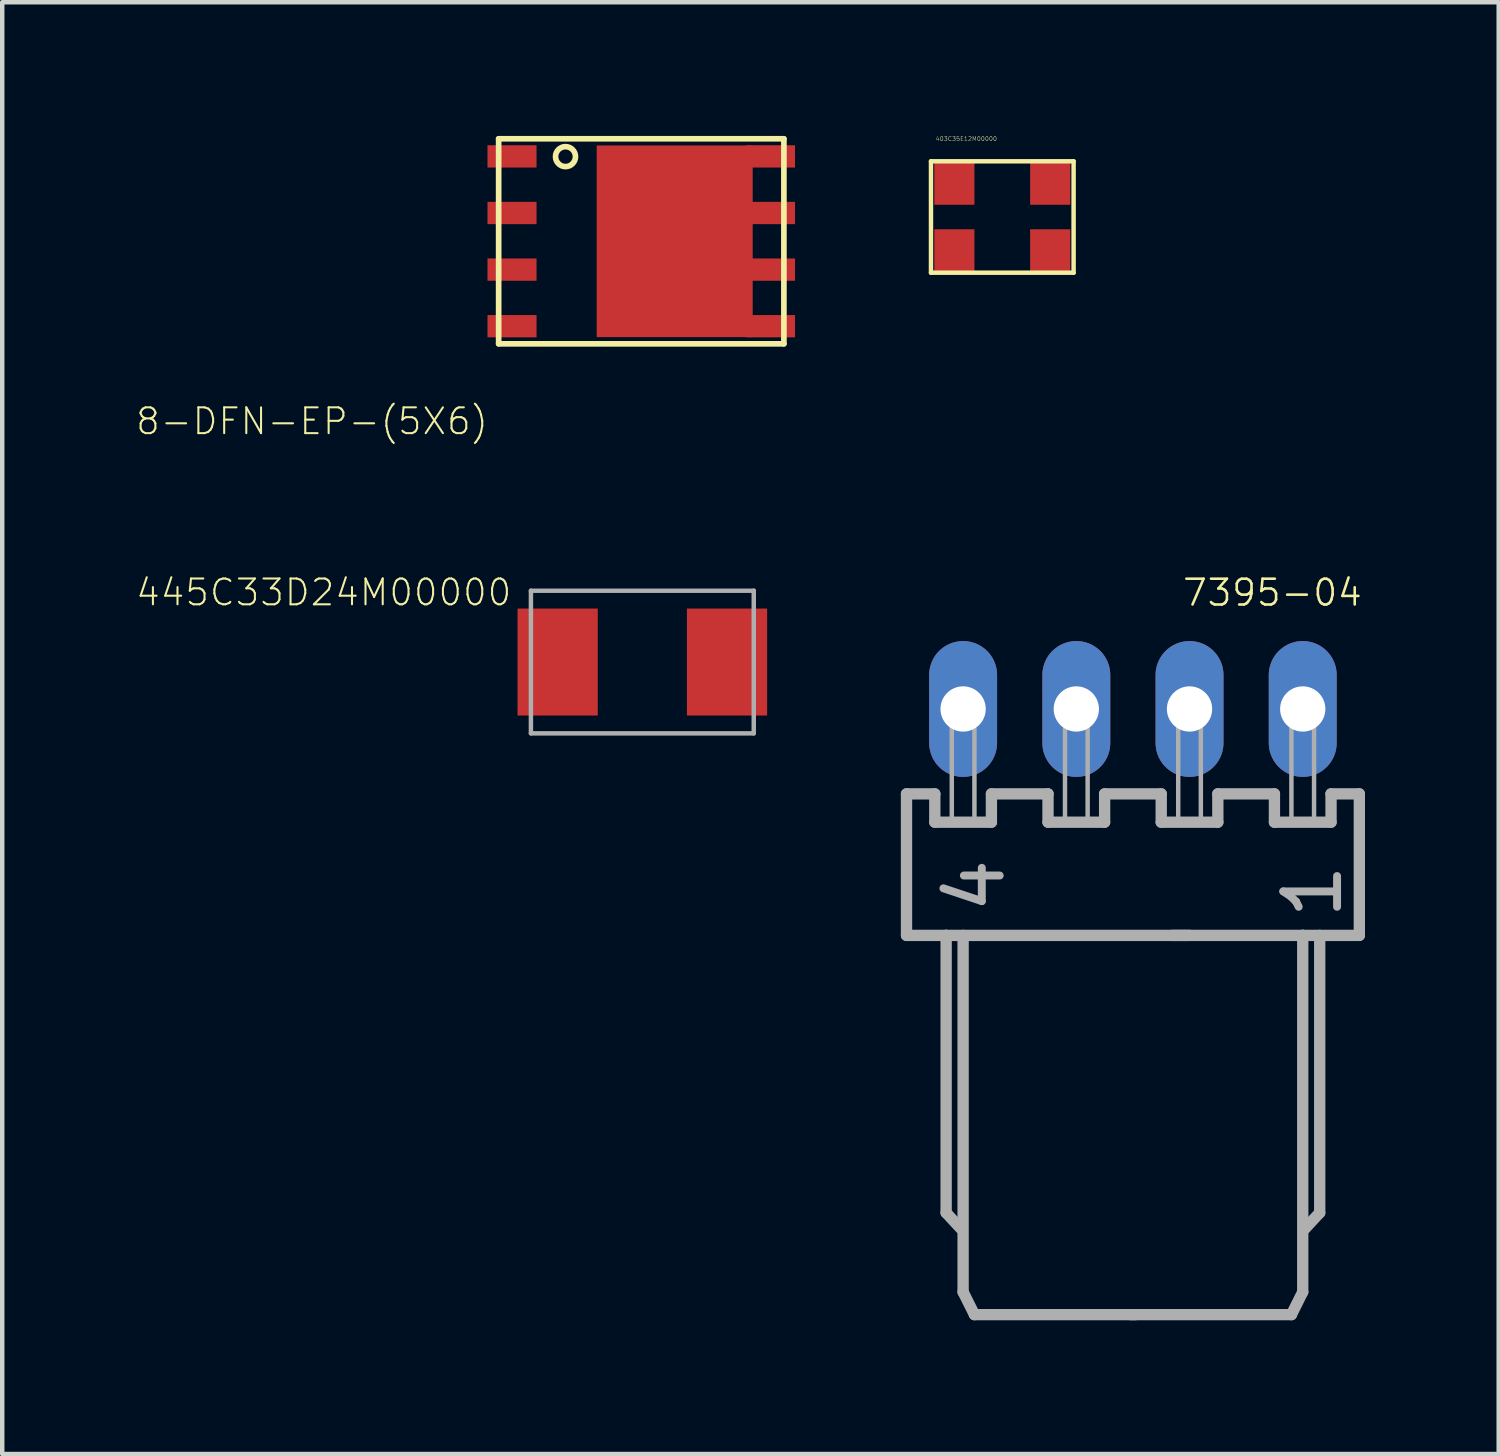
<source format=kicad_pcb>
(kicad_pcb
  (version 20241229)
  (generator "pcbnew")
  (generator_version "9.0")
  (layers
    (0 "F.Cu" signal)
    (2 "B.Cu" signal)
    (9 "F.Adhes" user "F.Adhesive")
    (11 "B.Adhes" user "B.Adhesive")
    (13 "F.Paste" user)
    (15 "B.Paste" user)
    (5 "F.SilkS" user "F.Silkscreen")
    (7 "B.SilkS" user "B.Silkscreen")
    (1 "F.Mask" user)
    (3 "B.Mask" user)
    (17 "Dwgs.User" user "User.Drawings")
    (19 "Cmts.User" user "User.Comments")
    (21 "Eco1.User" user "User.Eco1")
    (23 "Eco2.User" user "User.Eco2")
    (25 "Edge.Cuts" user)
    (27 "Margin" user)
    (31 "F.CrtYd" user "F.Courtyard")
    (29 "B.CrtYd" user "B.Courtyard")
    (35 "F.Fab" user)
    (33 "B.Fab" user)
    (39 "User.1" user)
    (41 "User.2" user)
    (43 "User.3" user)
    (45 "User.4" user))
  (footprint "8-DFN-EP-(5X6)"
    (layer "F.Cu")
    (at 11.338 2.364)
    (property "Reference" "8-DFN-EP-(5X6)" (at -3.4 3.7 180) (layer "F.SilkS") (effects (font (size 0.579 0.579) (thickness 0.046)) (justify right top)))
    (attr through_hole)
    (fp_line (start -3.2 -2.3) (end -3.2 2.3) (stroke (width 0.127) (type solid)) (layer "F.SilkS"))
    (fp_line (start -3.2 2.3) (end 3.2 2.3) (stroke (width 0.127) (type solid)) (layer "F.SilkS"))
    (fp_line (start 3.2 -2.3) (end -3.2 -2.3) (stroke (width 0.127) (type solid)) (layer "F.SilkS"))
    (fp_line (start 3.2 2.3) (end 3.2 -2.3) (stroke (width 0.127) (type solid)) (layer "F.SilkS"))
    (fp_circle (center -1.7 -1.9) (end -1.476 -1.9) (stroke (width 0.127) (type solid)) (fill no) (layer "F.SilkS"))
    (pad "1" smd rect (at -2.9 -1.905 90) (size 0.5 1.1) (layers "F.Cu" "F.Mask" "F.Paste"))
    (pad "2" smd rect (at -2.9 -0.635 90) (size 0.5 1.1) (layers "F.Cu" "F.Mask" "F.Paste"))
    (pad "3" smd rect (at -2.9 0.635 90) (size 0.5 1.1) (layers "F.Cu" "F.Mask" "F.Paste"))
    (pad "4" smd rect (at -2.9 1.905 90) (size 0.5 1.1) (layers "F.Cu" "F.Mask" "F.Paste"))
    (pad "5" smd rect (at 2.9 1.905 90) (size 0.5 1.1) (layers "F.Cu" "F.Mask" "F.Paste"))
    (pad "6" smd rect (at 2.9 0.635 90) (size 0.5 1.1) (layers "F.Cu" "F.Mask" "F.Paste"))
    (pad "7" smd rect (at 2.9 -0.635 90) (size 0.5 1.1) (layers "F.Cu" "F.Mask" "F.Paste"))
    (pad "8" smd rect (at 2.9 -1.905 90) (size 0.5 1.1) (layers "F.Cu" "F.Mask" "F.Paste"))
    (pad "TH" smd rect (at 0.75 0) (size 3.5 4.3) (layers "F.Cu" "F.Mask" "F.Paste")))
  (footprint "445C33D24M00000"
    (layer "F.Cu")
    (at 11.362 11.804)
    (property "Reference" "445C33D24M00000" (at -2.9 -1.9 180) (layer "F.SilkS") (effects (font (size 0.579 0.579) (thickness 0.046)) (justify right top)))
    (attr through_hole)
    (fp_line (start -2.5 -1.6) (end 2.5 -1.6) (stroke (width 0.1) (type solid)) (layer "F.Fab"))
    (fp_line (start -2.5 1.6) (end -2.5 -1.6) (stroke (width 0.1) (type solid)) (layer "F.Fab"))
    (fp_line (start 2.5 -1.6) (end 2.5 1.6) (stroke (width 0.1) (type solid)) (layer "F.Fab"))
    (fp_line (start 2.5 1.6) (end -2.5 1.6) (stroke (width 0.1) (type solid)) (layer "F.Fab"))
    (pad "P$1" smd rect (at -1.9 0) (size 1.8 2.4) (layers "F.Cu" "F.Mask" "F.Paste"))
    (pad "P$2" smd rect (at 1.9 0) (size 1.8 2.4) (layers "F.Cu" "F.Mask" "F.Paste")))
  (footprint "403C35E12M00000"
    (layer "F.Cu")
    (at 19.438 1.819)
    (property "Reference" "403C35E12M00000" (at -1.5 -1.7 0) (layer "F.SilkS") (effects (font (size 0.095 0.095) (thickness 0.008)) (justify left bottom)))
    (attr through_hole)
    (fp_line (start -1.6 -1.25) (end 1.6 -1.25) (stroke (width 0.1) (type solid)) (layer "F.SilkS"))
    (fp_line (start -1.6 1.25) (end -1.6 -1.25) (stroke (width 0.1) (type solid)) (layer "F.SilkS"))
    (fp_line (start 1.6 -1.25) (end 1.6 1.25) (stroke (width 0.1) (type solid)) (layer "F.SilkS"))
    (fp_line (start 1.6 1.25) (end -1.6 1.25) (stroke (width 0.1) (type solid)) (layer "F.SilkS"))
    (pad "P$1" smd rect (at -1.075 0.775) (size 0.9 1) (layers "F.Cu" "F.Mask" "F.Paste"))
    (pad "P$2" smd rect (at 1.075 0.775) (size 0.9 1) (layers "F.Cu" "F.Mask" "F.Paste"))
    (pad "P$3" smd rect (at 1.075 -0.775) (size 0.9 1) (layers "F.Cu" "F.Mask" "F.Paste"))
    (pad "P$4" smd rect (at -1.075 -0.775) (size 0.9 1) (layers "F.Cu" "F.Mask" "F.Paste")))
  (footprint "7395-04"
    (layer "F.Cu")
    (at 22.369 12.857)
    (property "Reference" "7395-04" (at 5.18 -2.948 0) (layer "F.SilkS") (effects (font (size 0.579 0.579) (thickness 0.058)) (justify right top)))
    (attr through_hole)
    (fp_line (start -5.08 1.905) (end -5.08 5.08) (stroke (width 0.254) (type solid)) (layer "F.Fab"))
    (fp_line (start -5.08 5.08) (end -4.191 5.08) (stroke (width 0.254) (type solid)) (layer "F.Fab"))
    (fp_line (start -4.445 1.905) (end -5.08 1.905) (stroke (width 0.254) (type solid)) (layer "F.Fab"))
    (fp_line (start -4.445 2.54) (end -4.445 1.905) (stroke (width 0.254) (type solid)) (layer "F.Fab"))
    (fp_line (start -4.191 5.08) (end -4.191 11.303) (stroke (width 0.254) (type solid)) (layer "F.Fab"))
    (fp_line (start -4.191 5.08) (end 3.81 5.08) (stroke (width 0.254) (type solid)) (layer "F.Fab"))
    (fp_line (start -4.191 11.303) (end -3.861 11.659) (stroke (width 0.254) (type solid)) (layer "F.Fab"))
    (fp_line (start -3.81 5.08) (end -3.81 13.081) (stroke (width 0.254) (type solid)) (layer "F.Fab"))
    (fp_line (start -3.81 13.081) (end -3.556 13.589) (stroke (width 0.254) (type solid)) (layer "F.Fab"))
    (fp_line (start -3.556 13.589) (end 0.051 13.589) (stroke (width 0.254) (type solid)) (layer "F.Fab"))
    (fp_line (start -3.175 1.905) (end -3.175 2.54) (stroke (width 0.254) (type solid)) (layer "F.Fab"))
    (fp_line (start -3.175 2.54) (end -4.445 2.54) (stroke (width 0.254) (type solid)) (layer "F.Fab"))
    (fp_line (start -1.905 1.905) (end -3.175 1.905) (stroke (width 0.254) (type solid)) (layer "F.Fab"))
    (fp_line (start -1.905 2.54) (end -1.905 1.905) (stroke (width 0.254) (type solid)) (layer "F.Fab"))
    (fp_line (start -0.635 1.905) (end -0.635 2.54) (stroke (width 0.254) (type solid)) (layer "F.Fab"))
    (fp_line (start -0.635 2.54) (end -1.905 2.54) (stroke (width 0.254) (type solid)) (layer "F.Fab"))
    (fp_line (start 0.635 1.905) (end -0.635 1.905) (stroke (width 0.254) (type solid)) (layer "F.Fab"))
    (fp_line (start 0.635 2.54) (end 0.635 1.905) (stroke (width 0.254) (type solid)) (layer "F.Fab"))
    (fp_line (start 1.27 5.08) (end 0.889 5.08) (stroke (width 0.254) (type solid)) (layer "F.Fab"))
    (fp_line (start 1.905 1.905) (end 1.905 2.54) (stroke (width 0.254) (type solid)) (layer "F.Fab"))
    (fp_line (start 1.905 2.54) (end 0.635 2.54) (stroke (width 0.254) (type solid)) (layer "F.Fab"))
    (fp_line (start 3.175 1.905) (end 1.905 1.905) (stroke (width 0.254) (type solid)) (layer "F.Fab"))
    (fp_line (start 3.175 2.54) (end 3.175 1.905) (stroke (width 0.254) (type solid)) (layer "F.Fab"))
    (fp_line (start 3.556 13.589) (end -0.051 13.589) (stroke (width 0.254) (type solid)) (layer "F.Fab"))
    (fp_line (start 3.81 5.08) (end 3.81 13.081) (stroke (width 0.254) (type solid)) (layer "F.Fab"))
    (fp_line (start 3.81 5.08) (end 5.08 5.08) (stroke (width 0.254) (type solid)) (layer "F.Fab"))
    (fp_line (start 3.81 13.081) (end 3.556 13.589) (stroke (width 0.254) (type solid)) (layer "F.Fab"))
    (fp_line (start 4.191 5.08) (end 4.191 11.303) (stroke (width 0.254) (type solid)) (layer "F.Fab"))
    (fp_line (start 4.191 11.303) (end 3.861 11.659) (stroke (width 0.254) (type solid)) (layer "F.Fab"))
    (fp_line (start 4.445 1.905) (end 4.445 2.54) (stroke (width 0.254) (type solid)) (layer "F.Fab"))
    (fp_line (start 4.445 2.54) (end 3.175 2.54) (stroke (width 0.254) (type solid)) (layer "F.Fab"))
    (fp_line (start 5.08 1.905) (end 4.445 1.905) (stroke (width 0.254) (type solid)) (layer "F.Fab"))
    (fp_line (start 5.08 5.08) (end 5.08 1.905) (stroke (width 0.254) (type solid)) (layer "F.Fab"))
    (fp_poly (pts (xy -4.064 0.254) (xy -3.556 0.254) (xy -3.556 -0.254) (xy -4.064 -0.254)) (stroke (width 0.1) (type solid)) (fill no) (layer "F.Fab"))
    (fp_poly (pts (xy -4.064 2.515) (xy -3.556 2.515) (xy -3.556 0.279) (xy -4.064 0.279)) (stroke (width 0.1) (type solid)) (fill no) (layer "F.Fab"))
    (fp_poly (pts (xy -1.524 0.254) (xy -1.016 0.254) (xy -1.016 -0.254) (xy -1.524 -0.254)) (stroke (width 0.1) (type solid)) (fill no) (layer "F.Fab"))
    (fp_poly (pts (xy -1.524 2.515) (xy -1.016 2.515) (xy -1.016 0.279) (xy -1.524 0.279)) (stroke (width 0.1) (type solid)) (fill no) (layer "F.Fab"))
    (fp_poly (pts (xy 1.016 0.254) (xy 1.524 0.254) (xy 1.524 -0.254) (xy 1.016 -0.254)) (stroke (width 0.1) (type solid)) (fill no) (layer "F.Fab"))
    (fp_poly (pts (xy 1.016 2.515) (xy 1.524 2.515) (xy 1.524 0.279) (xy 1.016 0.279)) (stroke (width 0.1) (type solid)) (fill no) (layer "F.Fab"))
    (fp_poly (pts (xy 3.556 0.254) (xy 4.064 0.254) (xy 4.064 -0.254) (xy 3.556 -0.254)) (stroke (width 0.1) (type solid)) (fill no) (layer "F.Fab"))
    (fp_poly (pts (xy 3.556 2.515) (xy 4.064 2.515) (xy 4.064 0.279) (xy 3.556 0.279)) (stroke (width 0.1) (type solid)) (fill no) (layer "F.Fab"))
    (fp_text user "1" (at 3.326 3.402 90) (layer "F.Fab") (effects (font (size 1.206 1.206) (thickness 0.178)) (justify right top)))
    (fp_text user "4" (at -4.243 3.275 90) (layer "F.Fab") (effects (font (size 1.206 1.206) (thickness 0.178)) (justify right top)))
    (pad "1" thru_hole oval (at 3.81 0 90) (size 3.048 1.524) (drill 1.016) (layers "*.Cu" "*.Mask"))
    (pad "2" thru_hole oval (at 1.27 0 90) (size 3.048 1.524) (drill 1.016) (layers "*.Cu" "*.Mask"))
    (pad "3" thru_hole oval (at -1.27 0 90) (size 3.048 1.524) (drill 1.016) (layers "*.Cu" "*.Mask"))
    (pad "4" thru_hole oval (at -3.81 0 90) (size 3.048 1.524) (drill 1.016) (layers "*.Cu" "*.Mask")))
  (gr_rect
    (start -3 -3)
    (end 30.576 29.573)
    (stroke (width 0.1) (type default))
    (fill no)
    (layer "Edge.Cuts")))
</source>
